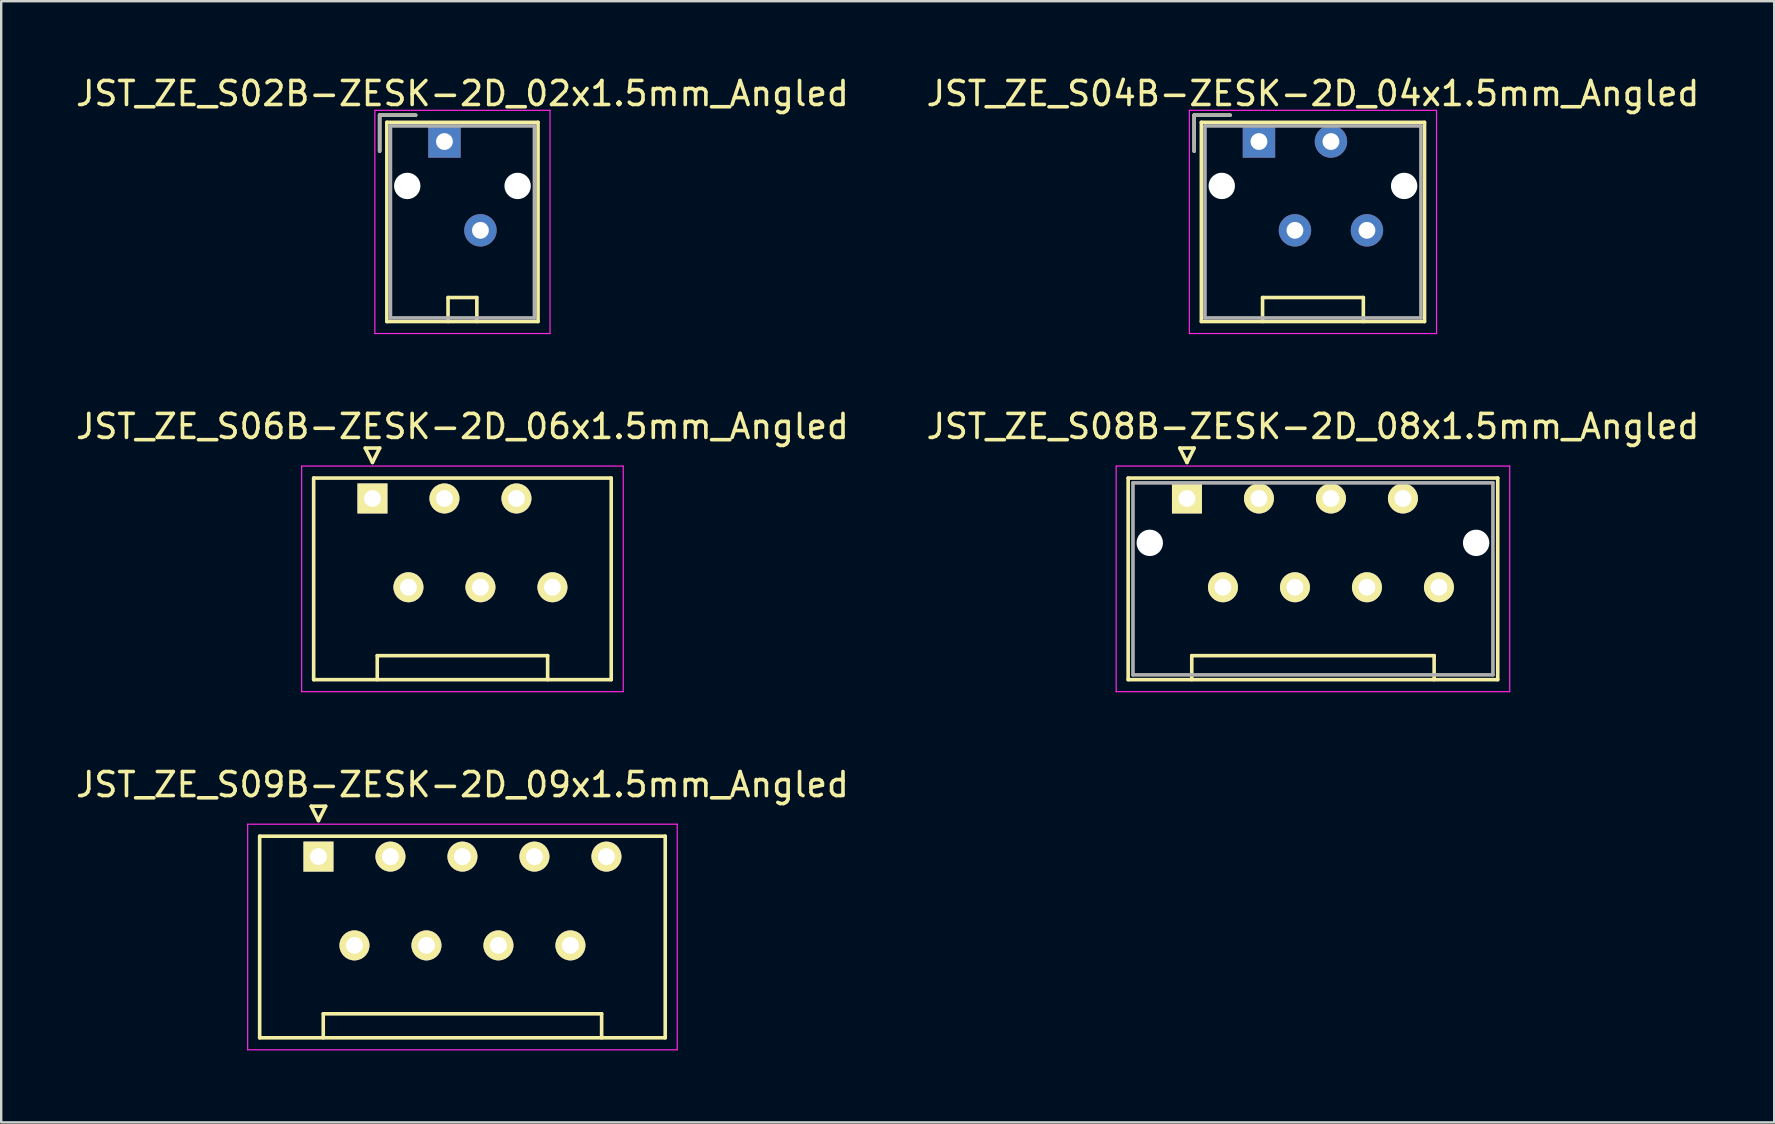
<source format=kicad_pcb>
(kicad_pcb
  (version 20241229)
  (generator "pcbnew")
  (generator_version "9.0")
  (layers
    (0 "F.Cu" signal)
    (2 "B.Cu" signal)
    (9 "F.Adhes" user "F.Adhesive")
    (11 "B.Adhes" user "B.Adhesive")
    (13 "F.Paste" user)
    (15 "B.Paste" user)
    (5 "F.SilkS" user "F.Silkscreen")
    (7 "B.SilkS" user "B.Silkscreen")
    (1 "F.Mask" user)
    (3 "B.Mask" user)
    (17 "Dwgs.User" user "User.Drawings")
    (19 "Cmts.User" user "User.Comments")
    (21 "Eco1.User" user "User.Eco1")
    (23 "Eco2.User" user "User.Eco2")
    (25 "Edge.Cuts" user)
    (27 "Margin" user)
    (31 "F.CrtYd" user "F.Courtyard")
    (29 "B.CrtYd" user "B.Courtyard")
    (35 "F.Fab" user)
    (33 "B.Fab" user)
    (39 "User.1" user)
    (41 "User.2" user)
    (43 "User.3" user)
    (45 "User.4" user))
  (footprint "JST_ZE_S04B-ZESK-2D_04x1.5mm_Angled"
    (layer "F.Cu")
    (at 49.411 2.848)
    (property "Reference" "JST_ZE_S04B-ZESK-2D_04x1.5mm_Angled" (at 2.25 -2 0) (layer "F.SilkS") (effects (font (size 1 1) (thickness 0.15))))
    (attr through_hole)
    (fp_line (start -2.7 -1.1) (end -1.2 -1.1) (stroke (width 0.15) (type solid)) (layer "F.SilkS"))
    (fp_line (start -2.7 0.4) (end -2.7 -1.1) (stroke (width 0.15) (type solid)) (layer "F.SilkS"))
    (fp_line (start -2.4 -0.8) (end -2.4 7.5) (stroke (width 0.15) (type solid)) (layer "F.SilkS"))
    (fp_line (start -2.4 7.5) (end 6.9 7.5) (stroke (width 0.15) (type solid)) (layer "F.SilkS"))
    (fp_line (start 0.15 6.5) (end 4.35 6.5) (stroke (width 0.15) (type solid)) (layer "F.SilkS"))
    (fp_line (start 0.15 7.5) (end 0.15 6.5) (stroke (width 0.15) (type solid)) (layer "F.SilkS"))
    (fp_line (start 4.35 6.5) (end 4.35 7.5) (stroke (width 0.15) (type solid)) (layer "F.SilkS"))
    (fp_line (start 6.9 -0.8) (end -2.4 -0.8) (stroke (width 0.15) (type solid)) (layer "F.SilkS"))
    (fp_line (start 6.9 7.5) (end 6.9 -0.8) (stroke (width 0.15) (type solid)) (layer "F.SilkS"))
    (fp_line (start -2.9 -1.3) (end -2.9 8) (stroke (width 0.05) (type solid)) (layer "F.CrtYd"))
    (fp_line (start -2.9 8) (end 7.4 8) (stroke (width 0.05) (type solid)) (layer "F.CrtYd"))
    (fp_line (start 7.4 -1.3) (end -2.9 -1.3) (stroke (width 0.05) (type solid)) (layer "F.CrtYd"))
    (fp_line (start 7.4 8) (end 7.4 -1.3) (stroke (width 0.05) (type solid)) (layer "F.CrtYd"))
    (fp_line (start -2.7 -1.1) (end -1.2 -1.1) (stroke (width 0.15) (type solid)) (layer "F.Fab"))
    (fp_line (start -2.7 0.4) (end -2.7 -1.1) (stroke (width 0.15) (type solid)) (layer "F.Fab"))
    (fp_line (start -2.25 -0.65) (end -2.25 7.35) (stroke (width 0.15) (type solid)) (layer "F.Fab"))
    (fp_line (start -2.25 7.35) (end 6.75 7.35) (stroke (width 0.15) (type solid)) (layer "F.Fab"))
    (fp_line (start 6.75 -0.65) (end -2.25 -0.65) (stroke (width 0.15) (type solid)) (layer "F.Fab"))
    (fp_line (start 6.75 7.35) (end 6.75 -0.65) (stroke (width 0.15) (type solid)) (layer "F.Fab"))
    (pad "" np_thru_hole circle (at -1.55 1.85) (size 1.1 1.1) (drill 1.1) (layers "*.Cu"))
    (pad "" np_thru_hole circle (at 6.05 1.85) (size 1.1 1.1) (drill 1.1) (layers "*.Cu"))
    (pad "1" thru_hole rect (at 0 0) (size 1.35 1.35) (drill 0.7) (layers "*.Cu" "*.Mask"))
    (pad "2" thru_hole circle (at 1.5 3.7) (size 1.35 1.35) (drill 0.7) (layers "*.Cu" "*.Mask"))
    (pad "3" thru_hole circle (at 3 0) (size 1.35 1.35) (drill 0.7) (layers "*.Cu" "*.Mask"))
    (pad "4" thru_hole circle (at 4.5 3.7) (size 1.35 1.35) (drill 0.7) (layers "*.Cu" "*.Mask")))
  (footprint "JST_ZE_S08B-ZESK-2D_08x1.5mm_Angled"
    (layer "F.Cu")
    (at 46.411 17.721)
    (property "Reference" "JST_ZE_S08B-ZESK-2D_08x1.5mm_Angled" (at 5.25 -3 0) (layer "F.SilkS") (effects (font (size 1 1) (thickness 0.15))))
    (attr through_hole)
    (fp_line (start -2.45 -0.85) (end -2.45 7.55) (stroke (width 0.15) (type solid)) (layer "F.SilkS"))
    (fp_line (start -2.45 7.55) (end 12.95 7.55) (stroke (width 0.15) (type solid)) (layer "F.SilkS"))
    (fp_line (start -0.3 -2.1) (end 0.3 -2.1) (stroke (width 0.15) (type solid)) (layer "F.SilkS"))
    (fp_line (start 0 -1.5) (end -0.3 -2.1) (stroke (width 0.15) (type solid)) (layer "F.SilkS"))
    (fp_line (start 0.2 6.55) (end 10.3 6.55) (stroke (width 0.15) (type solid)) (layer "F.SilkS"))
    (fp_line (start 0.2 7.55) (end 0.2 6.55) (stroke (width 0.15) (type solid)) (layer "F.SilkS"))
    (fp_line (start 0.3 -2.1) (end 0 -1.5) (stroke (width 0.15) (type solid)) (layer "F.SilkS"))
    (fp_line (start 10.3 6.55) (end 10.3 7.55) (stroke (width 0.15) (type solid)) (layer "F.SilkS"))
    (fp_line (start 12.95 -0.85) (end -2.45 -0.85) (stroke (width 0.15) (type solid)) (layer "F.SilkS"))
    (fp_line (start 12.95 7.55) (end 12.95 -0.85) (stroke (width 0.15) (type solid)) (layer "F.SilkS"))
    (fp_line (start -2.95 -1.35) (end -2.95 8.05) (stroke (width 0.05) (type solid)) (layer "F.CrtYd"))
    (fp_line (start -2.95 8.05) (end 13.45 8.05) (stroke (width 0.05) (type solid)) (layer "F.CrtYd"))
    (fp_line (start 13.45 -1.35) (end -2.95 -1.35) (stroke (width 0.05) (type solid)) (layer "F.CrtYd"))
    (fp_line (start 13.45 8.05) (end 13.45 -1.35) (stroke (width 0.05) (type solid)) (layer "F.CrtYd"))
    (fp_line (start -2.25 -0.65) (end -2.25 7.35) (stroke (width 0.15) (type solid)) (layer "F.Fab"))
    (fp_line (start -2.25 7.35) (end 12.75 7.35) (stroke (width 0.15) (type solid)) (layer "F.Fab"))
    (fp_line (start 12.75 -0.65) (end -2.25 -0.65) (stroke (width 0.15) (type solid)) (layer "F.Fab"))
    (fp_line (start 12.75 7.35) (end 12.75 -0.65) (stroke (width 0.15) (type solid)) (layer "F.Fab"))
    (pad "" np_thru_hole circle (at -1.55 1.85) (size 1.1 1.1) (drill 1.1) (layers "*.Cu"))
    (pad "" np_thru_hole circle (at 12.05 1.85) (size 1.1 1.1) (drill 1.1) (layers "*.Cu"))
    (pad "1" thru_hole rect (at 0 0) (size 1.25 1.25) (drill 0.7) (layers "*.Cu" "*.Mask" "F.SilkS"))
    (pad "2" thru_hole circle (at 1.5 3.7) (size 1.25 1.25) (drill 0.7) (layers "*.Cu" "*.Mask" "F.SilkS"))
    (pad "3" thru_hole circle (at 3 0) (size 1.25 1.25) (drill 0.7) (layers "*.Cu" "*.Mask" "F.SilkS"))
    (pad "4" thru_hole circle (at 4.5 3.7) (size 1.25 1.25) (drill 0.7) (layers "*.Cu" "*.Mask" "F.SilkS"))
    (pad "5" thru_hole circle (at 6 0) (size 1.25 1.25) (drill 0.7) (layers "*.Cu" "*.Mask" "F.SilkS"))
    (pad "6" thru_hole circle (at 7.5 3.7) (size 1.25 1.25) (drill 0.7) (layers "*.Cu" "*.Mask" "F.SilkS"))
    (pad "7" thru_hole circle (at 9 0) (size 1.25 1.25) (drill 0.7) (layers "*.Cu" "*.Mask" "F.SilkS"))
    (pad "8" thru_hole circle (at 10.5 3.7) (size 1.25 1.25) (drill 0.7) (layers "*.Cu" "*.Mask" "F.SilkS")))
  (footprint "JST_ZE_S06B-ZESK-2D_06x1.5mm_Angled"
    (layer "F.Cu")
    (at 12.47 17.721)
    (property "Reference" "JST_ZE_S06B-ZESK-2D_06x1.5mm_Angled" (at 3.75 -3 0) (layer "F.SilkS") (effects (font (size 1 1) (thickness 0.15))))
    (attr through_hole)
    (fp_line (start -2.45 -0.85) (end -2.45 7.55) (stroke (width 0.15) (type solid)) (layer "F.SilkS"))
    (fp_line (start -2.45 7.55) (end 9.95 7.55) (stroke (width 0.15) (type solid)) (layer "F.SilkS"))
    (fp_line (start -0.3 -2.1) (end 0.3 -2.1) (stroke (width 0.15) (type solid)) (layer "F.SilkS"))
    (fp_line (start 0 -1.5) (end -0.3 -2.1) (stroke (width 0.15) (type solid)) (layer "F.SilkS"))
    (fp_line (start 0.2 6.55) (end 7.3 6.55) (stroke (width 0.15) (type solid)) (layer "F.SilkS"))
    (fp_line (start 0.2 7.55) (end 0.2 6.55) (stroke (width 0.15) (type solid)) (layer "F.SilkS"))
    (fp_line (start 0.3 -2.1) (end 0 -1.5) (stroke (width 0.15) (type solid)) (layer "F.SilkS"))
    (fp_line (start 7.3 6.55) (end 7.3 7.55) (stroke (width 0.15) (type solid)) (layer "F.SilkS"))
    (fp_line (start 9.95 -0.85) (end -2.45 -0.85) (stroke (width 0.15) (type solid)) (layer "F.SilkS"))
    (fp_line (start 9.95 7.55) (end 9.95 -0.85) (stroke (width 0.15) (type solid)) (layer "F.SilkS"))
    (fp_line (start -2.95 -1.35) (end -2.95 8.05) (stroke (width 0.05) (type solid)) (layer "F.CrtYd"))
    (fp_line (start -2.95 8.05) (end 10.45 8.05) (stroke (width 0.05) (type solid)) (layer "F.CrtYd"))
    (fp_line (start 10.45 -1.35) (end -2.95 -1.35) (stroke (width 0.05) (type solid)) (layer "F.CrtYd"))
    (fp_line (start 10.45 8.05) (end 10.45 -1.35) (stroke (width 0.05) (type solid)) (layer "F.CrtYd"))
    (pad "1" thru_hole rect (at 0 0) (size 1.25 1.25) (drill 0.7) (layers "*.Cu" "*.Mask" "F.SilkS"))
    (pad "2" thru_hole circle (at 1.5 3.7) (size 1.25 1.25) (drill 0.7) (layers "*.Cu" "*.Mask" "F.SilkS"))
    (pad "3" thru_hole circle (at 3 0) (size 1.25 1.25) (drill 0.7) (layers "*.Cu" "*.Mask" "F.SilkS"))
    (pad "4" thru_hole circle (at 4.5 3.7) (size 1.25 1.25) (drill 0.7) (layers "*.Cu" "*.Mask" "F.SilkS"))
    (pad "5" thru_hole circle (at 6 0) (size 1.25 1.25) (drill 0.7) (layers "*.Cu" "*.Mask" "F.SilkS"))
    (pad "6" thru_hole circle (at 7.5 3.7) (size 1.25 1.25) (drill 0.7) (layers "*.Cu" "*.Mask" "F.SilkS")))
  (footprint "JST_ZE_S09B-ZESK-2D_09x1.5mm_Angled"
    (layer "F.Cu")
    (at 10.22 32.645)
    (property "Reference" "JST_ZE_S09B-ZESK-2D_09x1.5mm_Angled" (at 6 -3 0) (layer "F.SilkS") (effects (font (size 1 1) (thickness 0.15))))
    (attr through_hole)
    (fp_line (start -2.45 -0.85) (end -2.45 7.55) (stroke (width 0.15) (type solid)) (layer "F.SilkS"))
    (fp_line (start -2.45 7.55) (end 14.45 7.55) (stroke (width 0.15) (type solid)) (layer "F.SilkS"))
    (fp_line (start -0.3 -2.1) (end 0.3 -2.1) (stroke (width 0.15) (type solid)) (layer "F.SilkS"))
    (fp_line (start 0 -1.5) (end -0.3 -2.1) (stroke (width 0.15) (type solid)) (layer "F.SilkS"))
    (fp_line (start 0.2 6.55) (end 11.8 6.55) (stroke (width 0.15) (type solid)) (layer "F.SilkS"))
    (fp_line (start 0.2 7.55) (end 0.2 6.55) (stroke (width 0.15) (type solid)) (layer "F.SilkS"))
    (fp_line (start 0.3 -2.1) (end 0 -1.5) (stroke (width 0.15) (type solid)) (layer "F.SilkS"))
    (fp_line (start 11.8 6.55) (end 11.8 7.55) (stroke (width 0.15) (type solid)) (layer "F.SilkS"))
    (fp_line (start 14.45 -0.85) (end -2.45 -0.85) (stroke (width 0.15) (type solid)) (layer "F.SilkS"))
    (fp_line (start 14.45 7.55) (end 14.45 -0.85) (stroke (width 0.15) (type solid)) (layer "F.SilkS"))
    (fp_line (start -2.95 -1.35) (end -2.95 8.05) (stroke (width 0.05) (type solid)) (layer "F.CrtYd"))
    (fp_line (start -2.95 8.05) (end 14.95 8.05) (stroke (width 0.05) (type solid)) (layer "F.CrtYd"))
    (fp_line (start 14.95 -1.35) (end -2.95 -1.35) (stroke (width 0.05) (type solid)) (layer "F.CrtYd"))
    (fp_line (start 14.95 8.05) (end 14.95 -1.35) (stroke (width 0.05) (type solid)) (layer "F.CrtYd"))
    (pad "1" thru_hole rect (at 0 0) (size 1.25 1.25) (drill 0.7) (layers "*.Cu" "*.Mask" "F.SilkS"))
    (pad "2" thru_hole circle (at 1.5 3.7) (size 1.25 1.25) (drill 0.7) (layers "*.Cu" "*.Mask" "F.SilkS"))
    (pad "3" thru_hole circle (at 3 0) (size 1.25 1.25) (drill 0.7) (layers "*.Cu" "*.Mask" "F.SilkS"))
    (pad "4" thru_hole circle (at 4.5 3.7) (size 1.25 1.25) (drill 0.7) (layers "*.Cu" "*.Mask" "F.SilkS"))
    (pad "5" thru_hole circle (at 6 0) (size 1.25 1.25) (drill 0.7) (layers "*.Cu" "*.Mask" "F.SilkS"))
    (pad "6" thru_hole circle (at 7.5 3.7) (size 1.25 1.25) (drill 0.7) (layers "*.Cu" "*.Mask" "F.SilkS"))
    (pad "7" thru_hole circle (at 9 0) (size 1.25 1.25) (drill 0.7) (layers "*.Cu" "*.Mask" "F.SilkS"))
    (pad "8" thru_hole circle (at 10.5 3.7) (size 1.25 1.25) (drill 0.7) (layers "*.Cu" "*.Mask" "F.SilkS"))
    (pad "9" thru_hole circle (at 12 0) (size 1.25 1.25) (drill 0.7) (layers "*.Cu" "*.Mask" "F.SilkS")))
  (footprint "JST_ZE_S02B-ZESK-2D_02x1.5mm_Angled"
    (layer "F.Cu")
    (at 15.47 2.848)
    (property "Reference" "JST_ZE_S02B-ZESK-2D_02x1.5mm_Angled" (at 0.75 -2 0) (layer "F.SilkS") (effects (font (size 1 1) (thickness 0.15))))
    (attr through_hole)
    (fp_line (start -2.7 -1.1) (end -1.2 -1.1) (stroke (width 0.15) (type solid)) (layer "F.SilkS"))
    (fp_line (start -2.7 0.4) (end -2.7 -1.1) (stroke (width 0.15) (type solid)) (layer "F.SilkS"))
    (fp_line (start -2.4 -0.8) (end -2.4 7.5) (stroke (width 0.15) (type solid)) (layer "F.SilkS"))
    (fp_line (start -2.4 7.5) (end 3.9 7.5) (stroke (width 0.15) (type solid)) (layer "F.SilkS"))
    (fp_line (start 0.15 6.5) (end 1.35 6.5) (stroke (width 0.15) (type solid)) (layer "F.SilkS"))
    (fp_line (start 0.15 7.5) (end 0.15 6.5) (stroke (width 0.15) (type solid)) (layer "F.SilkS"))
    (fp_line (start 1.35 6.5) (end 1.35 7.5) (stroke (width 0.15) (type solid)) (layer "F.SilkS"))
    (fp_line (start 3.9 -0.8) (end -2.4 -0.8) (stroke (width 0.15) (type solid)) (layer "F.SilkS"))
    (fp_line (start 3.9 7.5) (end 3.9 -0.8) (stroke (width 0.15) (type solid)) (layer "F.SilkS"))
    (fp_line (start -2.9 -1.3) (end -2.9 8) (stroke (width 0.05) (type solid)) (layer "F.CrtYd"))
    (fp_line (start -2.9 8) (end 4.4 8) (stroke (width 0.05) (type solid)) (layer "F.CrtYd"))
    (fp_line (start 4.4 -1.3) (end -2.9 -1.3) (stroke (width 0.05) (type solid)) (layer "F.CrtYd"))
    (fp_line (start 4.4 8) (end 4.4 -1.3) (stroke (width 0.05) (type solid)) (layer "F.CrtYd"))
    (fp_line (start -2.7 -1.1) (end -1.2 -1.1) (stroke (width 0.15) (type solid)) (layer "F.Fab"))
    (fp_line (start -2.7 0.4) (end -2.7 -1.1) (stroke (width 0.15) (type solid)) (layer "F.Fab"))
    (fp_line (start -2.25 -0.65) (end -2.25 7.35) (stroke (width 0.15) (type solid)) (layer "F.Fab"))
    (fp_line (start -2.25 7.35) (end 3.75 7.35) (stroke (width 0.15) (type solid)) (layer "F.Fab"))
    (fp_line (start 3.75 -0.65) (end -2.25 -0.65) (stroke (width 0.15) (type solid)) (layer "F.Fab"))
    (fp_line (start 3.75 7.35) (end 3.75 -0.65) (stroke (width 0.15) (type solid)) (layer "F.Fab"))
    (pad "" np_thru_hole circle (at -1.55 1.85) (size 1.1 1.1) (drill 1.1) (layers "*.Cu"))
    (pad "" np_thru_hole circle (at 3.05 1.85) (size 1.1 1.1) (drill 1.1) (layers "*.Cu"))
    (pad "1" thru_hole rect (at 0 0) (size 1.35 1.35) (drill 0.7) (layers "*.Cu" "*.Mask"))
    (pad "2" thru_hole circle (at 1.5 3.7) (size 1.35 1.35) (drill 0.7) (layers "*.Cu" "*.Mask")))
  (gr_rect
    (start -3 -3)
    (end 70.881 43.72)
    (stroke (width 0.1) (type default))
    (fill no)
    (layer "Edge.Cuts")))
</source>
